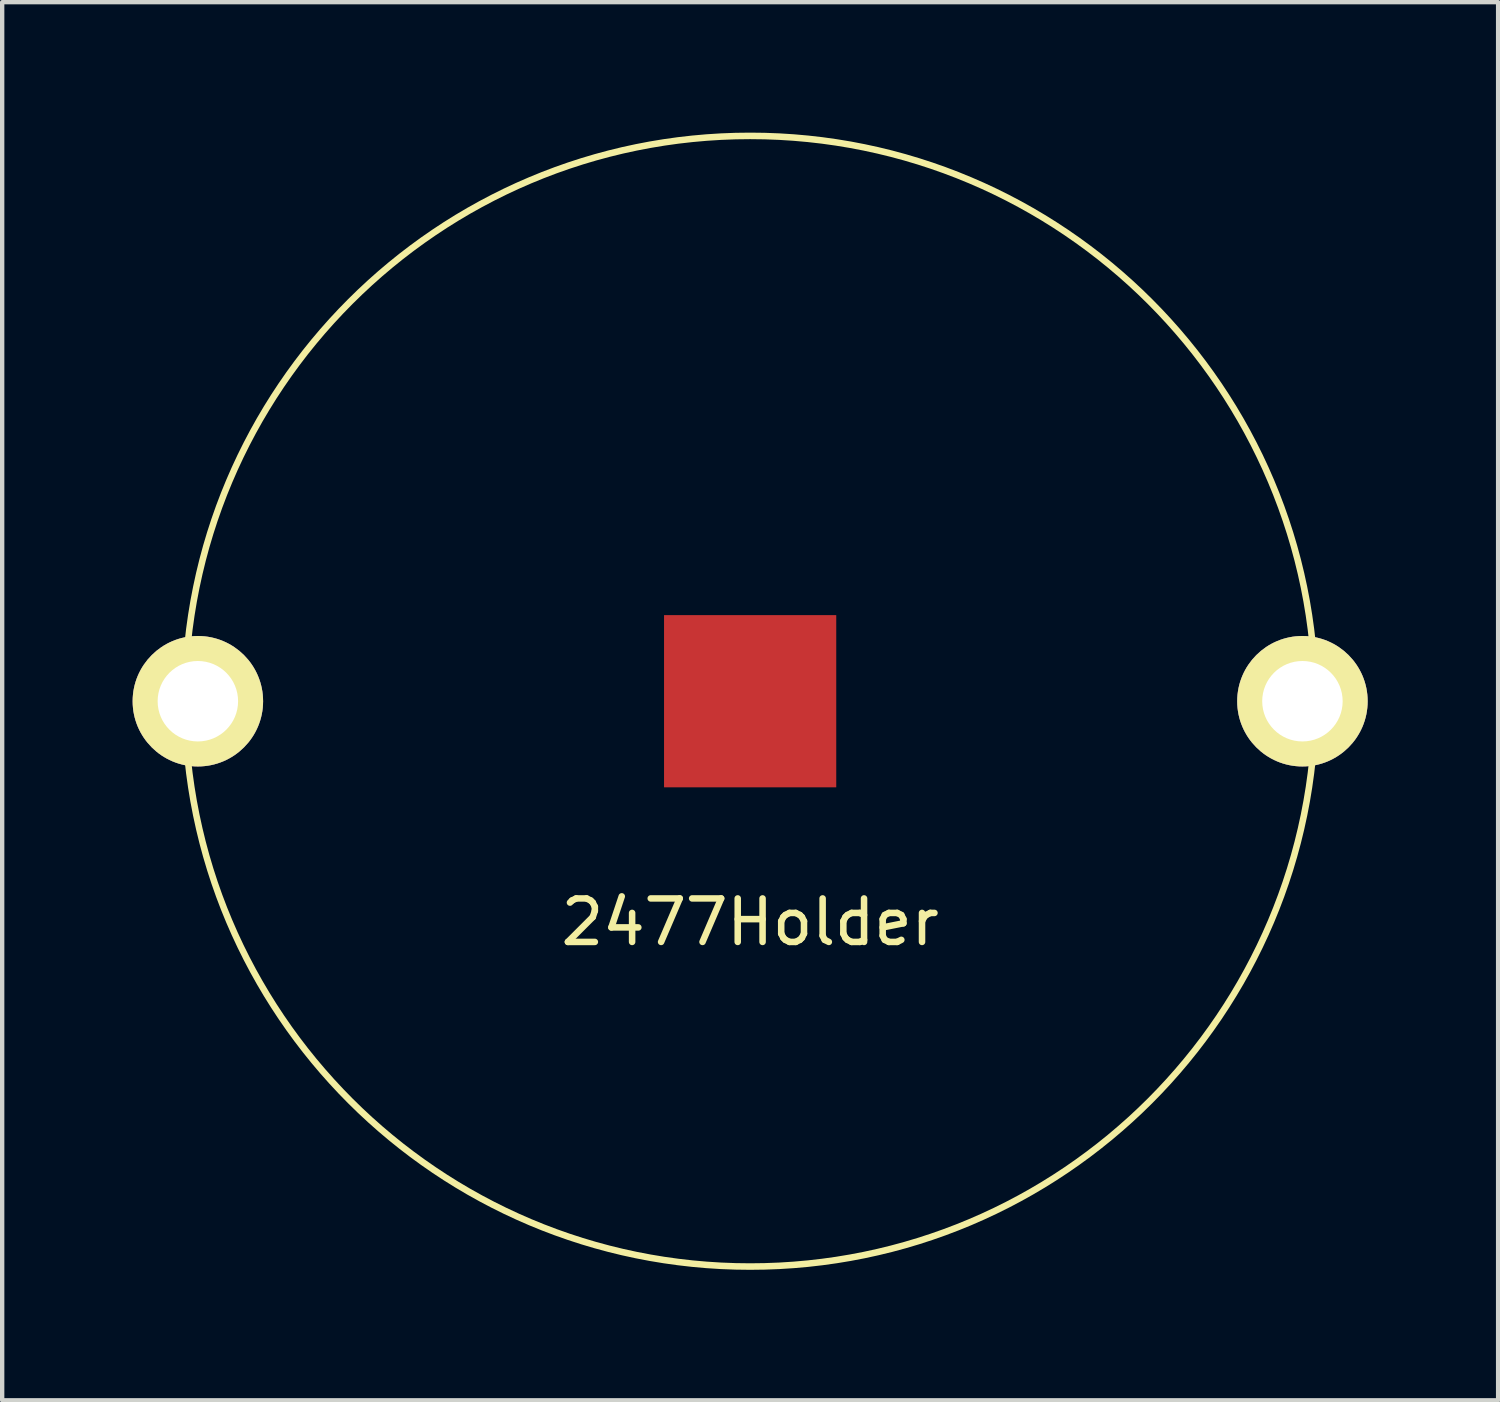
<source format=kicad_pcb>
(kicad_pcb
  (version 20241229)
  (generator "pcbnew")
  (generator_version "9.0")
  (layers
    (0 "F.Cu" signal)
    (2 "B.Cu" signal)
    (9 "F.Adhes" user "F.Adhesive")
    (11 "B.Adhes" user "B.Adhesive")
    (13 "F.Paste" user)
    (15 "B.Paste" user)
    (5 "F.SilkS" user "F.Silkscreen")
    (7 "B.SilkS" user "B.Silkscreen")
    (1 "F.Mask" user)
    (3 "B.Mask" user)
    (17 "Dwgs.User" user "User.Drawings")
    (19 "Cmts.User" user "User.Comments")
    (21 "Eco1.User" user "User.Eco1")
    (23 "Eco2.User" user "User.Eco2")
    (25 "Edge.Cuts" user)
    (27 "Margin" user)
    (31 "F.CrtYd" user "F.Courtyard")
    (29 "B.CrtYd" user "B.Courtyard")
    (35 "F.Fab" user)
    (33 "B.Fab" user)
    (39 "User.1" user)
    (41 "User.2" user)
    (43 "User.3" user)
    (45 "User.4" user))
  (footprint "2477Holder"
    (layer "F.Cu")
    (at 14.2 13.075)
    (property "Reference" "2477Holder" (at 0 5.08 0) (layer "F.SilkS") (effects (font (size 1 1) (thickness 0.15))))
    (attr through_hole)
    (fp_circle (center 0 0) (end 13 0) (stroke (width 0.15) (type solid)) (fill no) (layer "F.SilkS"))
    (pad "1" thru_hole circle (at -12.7 0) (size 3 3) (drill 1.85) (layers "*.Cu" "*.Mask" "F.SilkS"))
    (pad "1" thru_hole circle (at 12.7 0) (size 3 3) (drill 1.85) (layers "*.Cu" "*.Mask" "F.SilkS"))
    (pad "2" smd rect (at 0 0) (size 3.96 3.96) (layers "F.Cu" "F.Mask" "F.Paste")))
  (gr_rect
    (start -3 -3)
    (end 31.4 29.15)
    (stroke (width 0.1) (type default))
    (fill no)
    (layer "Edge.Cuts")))
</source>
